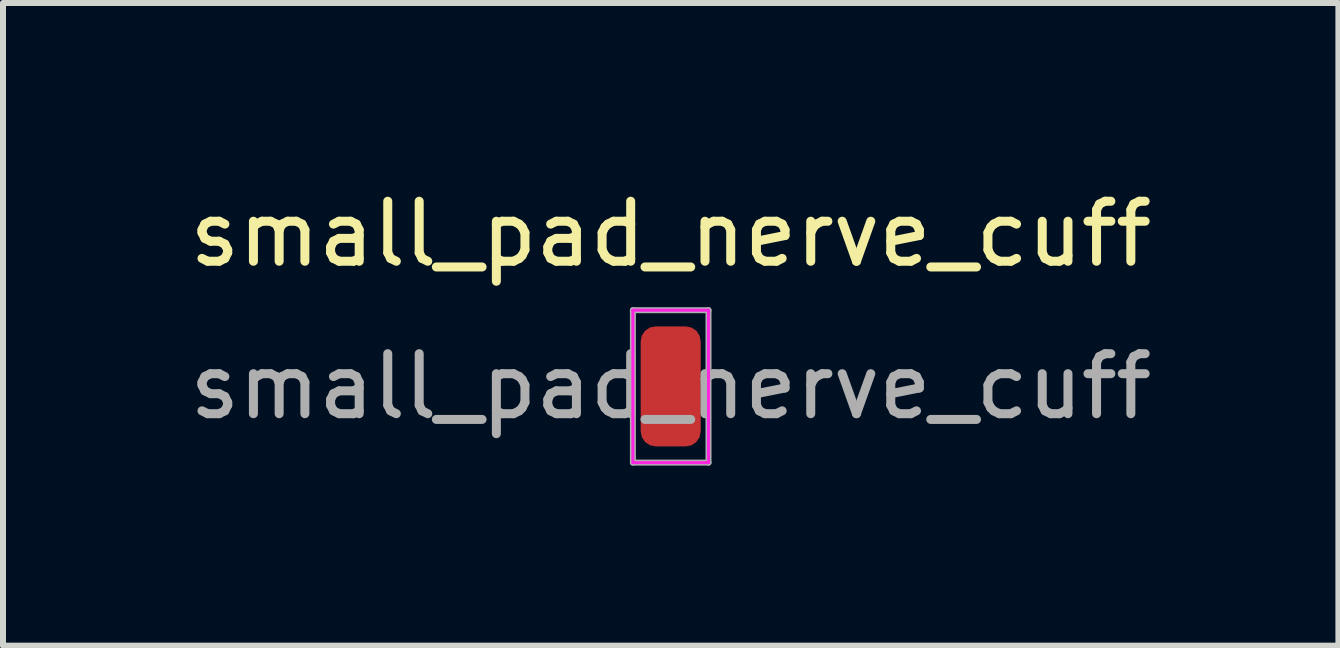
<source format=kicad_pcb>
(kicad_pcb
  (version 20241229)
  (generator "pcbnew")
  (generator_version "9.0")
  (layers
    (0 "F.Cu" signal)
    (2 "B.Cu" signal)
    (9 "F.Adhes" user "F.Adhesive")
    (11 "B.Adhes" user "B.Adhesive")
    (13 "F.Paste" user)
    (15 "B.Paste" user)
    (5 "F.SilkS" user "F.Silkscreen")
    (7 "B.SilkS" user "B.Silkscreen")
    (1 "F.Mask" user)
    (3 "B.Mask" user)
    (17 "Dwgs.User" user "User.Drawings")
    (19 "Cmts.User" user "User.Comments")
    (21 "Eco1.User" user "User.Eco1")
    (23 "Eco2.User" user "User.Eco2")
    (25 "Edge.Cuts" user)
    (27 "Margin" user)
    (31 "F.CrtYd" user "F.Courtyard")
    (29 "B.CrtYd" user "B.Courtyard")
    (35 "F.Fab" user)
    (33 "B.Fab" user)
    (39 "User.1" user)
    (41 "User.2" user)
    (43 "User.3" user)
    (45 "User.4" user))
  (footprint "small_pad_nerve_cuff"
    (layer "F.Cu")
    (at 8.125 3.388)
    (property "Reference" "small_pad_nerve_cuff" (at 0 -2.54 0) (layer "F.SilkS") (effects (font (size 1 1) (thickness 0.15))))
    (attr exclude_from_pos_files exclude_from_bom)
    (fp_line (start -0.63 -1.27) (end -0.63 1.27) (stroke (width 0.05) (type solid)) (layer "F.CrtYd"))
    (fp_line (start -0.63 1.27) (end 0.63 1.27) (stroke (width 0.05) (type solid)) (layer "F.CrtYd"))
    (fp_line (start 0.63 -1.27) (end -0.63 -1.27) (stroke (width 0.05) (type solid)) (layer "F.CrtYd"))
    (fp_line (start 0.63 1.27) (end 0.63 -1.27) (stroke (width 0.05) (type solid)) (layer "F.CrtYd"))
    (fp_line (start -0.63 -1.27) (end 0.63 -1.27) (stroke (width 0.1) (type solid)) (layer "F.Fab"))
    (fp_line (start -0.63 1.27) (end -0.63 -1.27) (stroke (width 0.1) (type solid)) (layer "F.Fab"))
    (fp_line (start 0.63 -1.27) (end 0.63 1.27) (stroke (width 0.1) (type solid)) (layer "F.Fab"))
    (fp_line (start 0.63 1.27) (end -0.63 1.27) (stroke (width 0.1) (type solid)) (layer "F.Fab"))
    (fp_text user "${REFERENCE}" (at 0 0 0) (layer "F.Fab") (effects (font (size 1 1) (thickness 0.15))))
    (pad "1" smd roundrect (at 0 0) (size 1 2) (layers "F.Cu" "F.Mask" "F.Paste") (roundrect_rratio 0.25)))
  (gr_rect
    (start -3 -3)
    (end 19.25 7.708)
    (stroke (width 0.1) (type default))
    (fill no)
    (layer "Edge.Cuts")))
</source>
